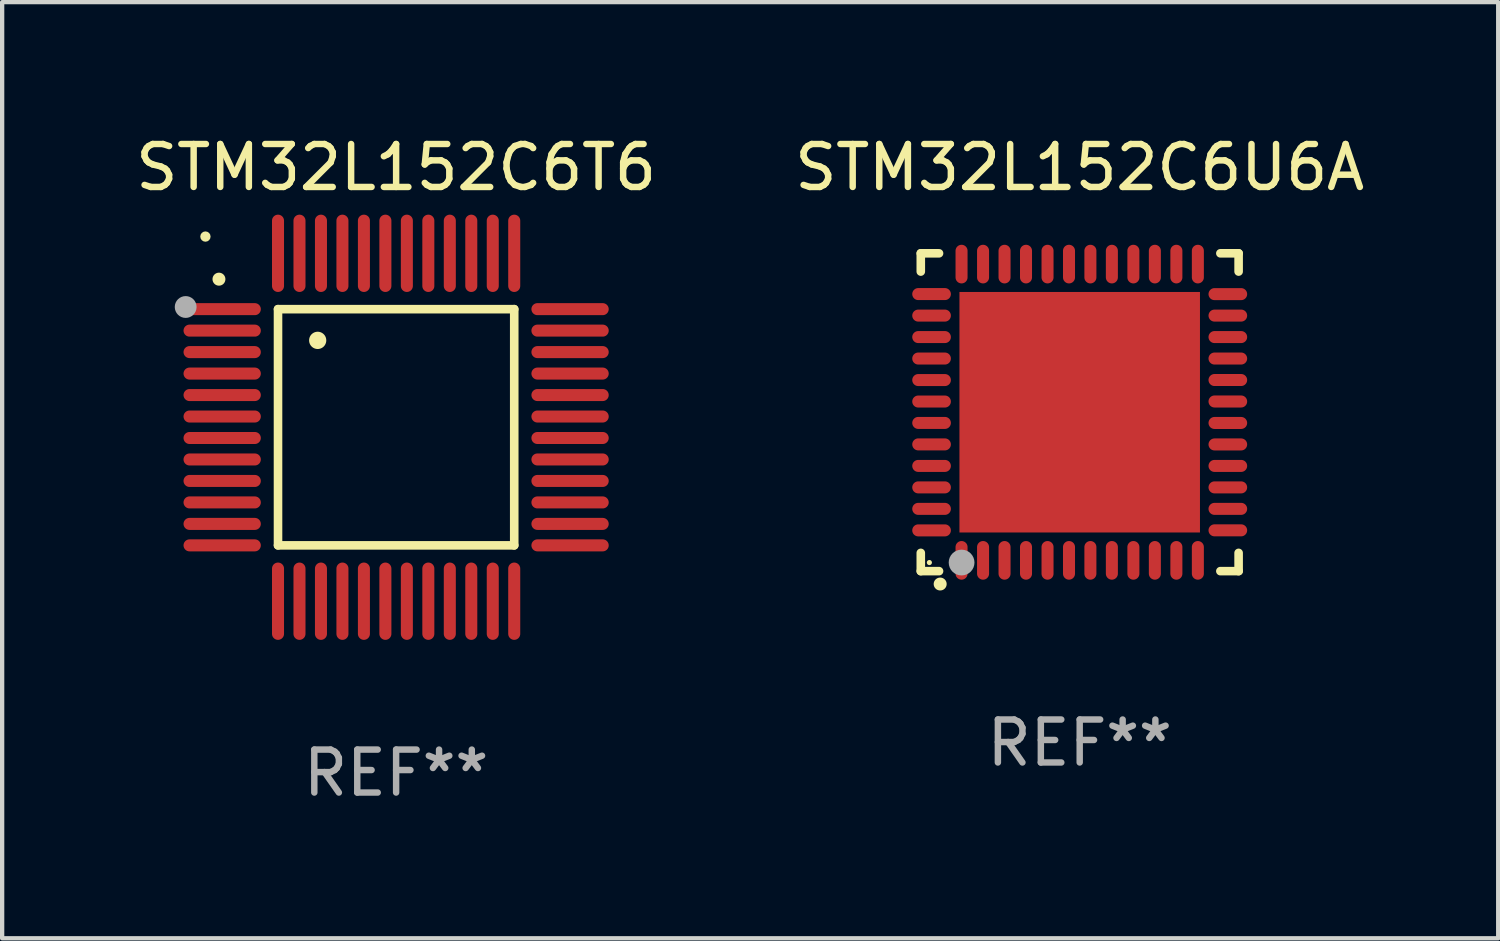
<source format=kicad_pcb>
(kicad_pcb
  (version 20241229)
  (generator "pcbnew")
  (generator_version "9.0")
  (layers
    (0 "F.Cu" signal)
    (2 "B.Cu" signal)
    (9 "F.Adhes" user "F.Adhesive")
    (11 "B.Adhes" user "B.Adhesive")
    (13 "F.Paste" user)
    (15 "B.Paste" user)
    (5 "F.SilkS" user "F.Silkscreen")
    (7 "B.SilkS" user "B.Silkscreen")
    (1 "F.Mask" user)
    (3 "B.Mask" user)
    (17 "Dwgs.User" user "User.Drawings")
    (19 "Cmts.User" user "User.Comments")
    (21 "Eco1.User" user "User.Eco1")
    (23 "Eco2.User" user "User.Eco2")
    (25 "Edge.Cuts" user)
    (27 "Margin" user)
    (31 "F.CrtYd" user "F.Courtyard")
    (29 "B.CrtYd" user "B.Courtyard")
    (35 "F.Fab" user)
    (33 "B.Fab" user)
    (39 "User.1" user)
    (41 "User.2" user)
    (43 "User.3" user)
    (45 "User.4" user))
  (footprint "STM32L152C6U6A"
    (layer "F.Cu")
    (at 22.089 6.548)
    (property "Reference" "STM32L152C6U6A" (at 0 -5.7 0) (layer "F.SilkS") (effects (font (size 1 1) (thickness 0.15))))
    (attr through_hole)
    (fp_line (start -3.7 -3.7) (end -3.275 -3.7) (stroke (width 0.2) (type solid)) (layer "F.SilkS"))
    (fp_line (start -3.7 -3.275) (end -3.7 -3.7) (stroke (width 0.2) (type solid)) (layer "F.SilkS"))
    (fp_line (start -3.7 3.7) (end -3.7 3.275) (stroke (width 0.2) (type solid)) (layer "F.SilkS"))
    (fp_line (start -3.275 3.7) (end -3.7 3.7) (stroke (width 0.2) (type solid)) (layer "F.SilkS"))
    (fp_line (start 3.7 -3.7) (end 3.275 -3.7) (stroke (width 0.2) (type solid)) (layer "F.SilkS"))
    (fp_line (start 3.7 -3.275) (end 3.7 -3.7) (stroke (width 0.2) (type solid)) (layer "F.SilkS"))
    (fp_line (start 3.7 3.275) (end 3.7 3.7) (stroke (width 0.2) (type solid)) (layer "F.SilkS"))
    (fp_line (start 3.7 3.7) (end 3.275 3.7) (stroke (width 0.2) (type solid)) (layer "F.SilkS"))
    (fp_arc (start -3.249936 3.999975) (mid -3.248666 3.99997) (end -3.247396 3.999975) (stroke (width 0.3) (type solid)) (layer "F.SilkS"))
    (fp_circle (center -3.5 3.5) (end -3.47 3.5) (stroke (width 0.06) (type solid)) (fill no) (layer "F.SilkS"))
    (fp_circle (center -2.75 3.5) (end -2.6 3.5) (stroke (width 0.3) (type solid)) (fill no) (layer "F.Fab"))
    (fp_text user "REF**" (at 0 7.7 0) (layer "F.Fab") (effects (font (size 1 1) (thickness 0.15))))
    (pad "1" smd oval (at -2.751 3.449) (size 0.28 0.9) (layers "F.Cu" "F.Mask" "F.Paste"))
    (pad "2" smd oval (at -2.25 3.449) (size 0.28 0.9) (layers "F.Cu" "F.Mask" "F.Paste"))
    (pad "3" smd oval (at -1.75 3.449) (size 0.28 0.9) (layers "F.Cu" "F.Mask" "F.Paste"))
    (pad "4" smd oval (at -1.25 3.449) (size 0.28 0.9) (layers "F.Cu" "F.Mask" "F.Paste"))
    (pad "5" smd oval (at -0.749 3.449) (size 0.28 0.9) (layers "F.Cu" "F.Mask" "F.Paste"))
    (pad "6" smd oval (at -0.249 3.449) (size 0.28 0.9) (layers "F.Cu" "F.Mask" "F.Paste"))
    (pad "7" smd oval (at 0.249 3.449) (size 0.28 0.9) (layers "F.Cu" "F.Mask" "F.Paste"))
    (pad "8" smd oval (at 0.749 3.449) (size 0.28 0.9) (layers "F.Cu" "F.Mask" "F.Paste"))
    (pad "9" smd oval (at 1.25 3.449) (size 0.28 0.9) (layers "F.Cu" "F.Mask" "F.Paste"))
    (pad "10" smd oval (at 1.75 3.449) (size 0.28 0.9) (layers "F.Cu" "F.Mask" "F.Paste"))
    (pad "11" smd oval (at 2.251 3.449) (size 0.28 0.9) (layers "F.Cu" "F.Mask" "F.Paste"))
    (pad "12" smd oval (at 2.751 3.449) (size 0.28 0.9) (layers "F.Cu" "F.Mask" "F.Paste"))
    (pad "13" smd oval (at 3.449 2.75) (size 0.9 0.28) (layers "F.Cu" "F.Mask" "F.Paste"))
    (pad "14" smd oval (at 3.449 2.25) (size 0.9 0.28) (layers "F.Cu" "F.Mask" "F.Paste"))
    (pad "15" smd oval (at 3.449 1.75) (size 0.9 0.28) (layers "F.Cu" "F.Mask" "F.Paste"))
    (pad "16" smd oval (at 3.449 1.25) (size 0.9 0.28) (layers "F.Cu" "F.Mask" "F.Paste"))
    (pad "17" smd oval (at 3.449 0.75) (size 0.9 0.28) (layers "F.Cu" "F.Mask" "F.Paste"))
    (pad "18" smd oval (at 3.449 0.25) (size 0.9 0.28) (layers "F.Cu" "F.Mask" "F.Paste"))
    (pad "19" smd oval (at 3.449 -0.25) (size 0.9 0.28) (layers "F.Cu" "F.Mask" "F.Paste"))
    (pad "20" smd oval (at 3.449 -0.75) (size 0.9 0.28) (layers "F.Cu" "F.Mask" "F.Paste"))
    (pad "21" smd oval (at 3.449 -1.25) (size 0.9 0.28) (layers "F.Cu" "F.Mask" "F.Paste"))
    (pad "22" smd oval (at 3.449 -1.75) (size 0.9 0.28) (layers "F.Cu" "F.Mask" "F.Paste"))
    (pad "23" smd oval (at 3.449 -2.25) (size 0.9 0.28) (layers "F.Cu" "F.Mask" "F.Paste"))
    (pad "24" smd oval (at 3.449 -2.75) (size 0.9 0.28) (layers "F.Cu" "F.Mask" "F.Paste"))
    (pad "25" smd oval (at 2.751 -3.449) (size 0.28 0.9) (layers "F.Cu" "F.Mask" "F.Paste"))
    (pad "26" smd oval (at 2.251 -3.449) (size 0.28 0.9) (layers "F.Cu" "F.Mask" "F.Paste"))
    (pad "27" smd oval (at 1.75 -3.449) (size 0.28 0.9) (layers "F.Cu" "F.Mask" "F.Paste"))
    (pad "28" smd oval (at 1.25 -3.449) (size 0.28 0.9) (layers "F.Cu" "F.Mask" "F.Paste"))
    (pad "29" smd oval (at 0.749 -3.449) (size 0.28 0.9) (layers "F.Cu" "F.Mask" "F.Paste"))
    (pad "30" smd oval (at 0.249 -3.449) (size 0.28 0.9) (layers "F.Cu" "F.Mask" "F.Paste"))
    (pad "31" smd oval (at -0.249 -3.449) (size 0.28 0.9) (layers "F.Cu" "F.Mask" "F.Paste"))
    (pad "32" smd oval (at -0.749 -3.449) (size 0.28 0.9) (layers "F.Cu" "F.Mask" "F.Paste"))
    (pad "33" smd oval (at -1.25 -3.449) (size 0.28 0.9) (layers "F.Cu" "F.Mask" "F.Paste"))
    (pad "34" smd oval (at -1.75 -3.449) (size 0.28 0.9) (layers "F.Cu" "F.Mask" "F.Paste"))
    (pad "35" smd oval (at -2.25 -3.449) (size 0.28 0.9) (layers "F.Cu" "F.Mask" "F.Paste"))
    (pad "36" smd oval (at -2.751 -3.449) (size 0.28 0.9) (layers "F.Cu" "F.Mask" "F.Paste"))
    (pad "37" smd oval (at -3.449 -2.751) (size 0.9 0.28) (layers "F.Cu" "F.Mask" "F.Paste"))
    (pad "38" smd oval (at -3.449 -2.25) (size 0.9 0.28) (layers "F.Cu" "F.Mask" "F.Paste"))
    (pad "39" smd oval (at -3.449 -1.75) (size 0.9 0.28) (layers "F.Cu" "F.Mask" "F.Paste"))
    (pad "40" smd oval (at -3.449 -1.25) (size 0.9 0.28) (layers "F.Cu" "F.Mask" "F.Paste"))
    (pad "41" smd oval (at -3.449 -0.749) (size 0.9 0.28) (layers "F.Cu" "F.Mask" "F.Paste"))
    (pad "42" smd oval (at -3.449 -0.249) (size 0.9 0.28) (layers "F.Cu" "F.Mask" "F.Paste"))
    (pad "43" smd oval (at -3.449 0.249) (size 0.9 0.28) (layers "F.Cu" "F.Mask" "F.Paste"))
    (pad "44" smd oval (at -3.449 0.749) (size 0.9 0.28) (layers "F.Cu" "F.Mask" "F.Paste"))
    (pad "45" smd oval (at -3.449 1.25) (size 0.9 0.28) (layers "F.Cu" "F.Mask" "F.Paste"))
    (pad "46" smd oval (at -3.449 1.75) (size 0.9 0.28) (layers "F.Cu" "F.Mask" "F.Paste"))
    (pad "47" smd oval (at -3.449 2.25) (size 0.9 0.28) (layers "F.Cu" "F.Mask" "F.Paste"))
    (pad "48" smd oval (at -3.449 2.751) (size 0.9 0.28) (layers "F.Cu" "F.Mask" "F.Paste"))
    (pad "49" smd rect (at 0.000076 -0.000025) (size 5.6 5.6) (layers "F.Cu" "F.Mask" "F.Paste")))
  (footprint "STM32L152C6T6"
    (layer "F.Cu")
    (at 6.173 6.898)
    (property "Reference" "STM32L152C6T6" (at 0 -6.05 0) (layer "F.SilkS") (effects (font (size 1 1) (thickness 0.15))))
    (attr through_hole)
    (fp_line (start -2.75 -2.75) (end 2.75 -2.75) (stroke (width 0.2) (type solid)) (layer "F.SilkS"))
    (fp_line (start -2.75 2.75) (end -2.75 -2.75) (stroke (width 0.2) (type solid)) (layer "F.SilkS"))
    (fp_line (start 2.75 -2.75) (end 2.75 2.75) (stroke (width 0.2) (type solid)) (layer "F.SilkS"))
    (fp_line (start 2.75 2.75) (end -2.75 2.75) (stroke (width 0.2) (type solid)) (layer "F.SilkS"))
    (fp_arc (start -4.124968 -3.446787) (mid -4.124973 -3.448057) (end -4.124968 -3.449327) (stroke (width 0.3) (type solid)) (layer "F.SilkS"))
    (fp_arc (start -1.826264 -2.021844) (mid -1.826268 -2.023114) (end -1.826264 -2.024384) (stroke (width 0.4) (type solid)) (layer "F.SilkS"))
    (fp_circle (center -4.44 -4.44) (end -4.38 -4.44) (stroke (width 0.12) (type solid)) (fill no) (layer "F.SilkS"))
    (fp_circle (center -4.9 -2.8) (end -4.773 -2.8) (stroke (width 0.254) (type solid)) (fill no) (layer "F.Fab"))
    (fp_text user "REF**" (at 0 8.05 0) (layer "F.Fab") (effects (font (size 1 1) (thickness 0.15))))
    (pad "1" smd oval (at -4.05 -2.75 90) (size 0.28 1.8) (layers "F.Cu" "F.Mask" "F.Paste"))
    (pad "2" smd oval (at -4.05 -2.25 90) (size 0.28 1.8) (layers "F.Cu" "F.Mask" "F.Paste"))
    (pad "3" smd oval (at -4.05 -1.75 90) (size 0.28 1.8) (layers "F.Cu" "F.Mask" "F.Paste"))
    (pad "4" smd oval (at -4.05 -1.25 90) (size 0.28 1.8) (layers "F.Cu" "F.Mask" "F.Paste"))
    (pad "5" smd oval (at -4.05 -0.75 90) (size 0.28 1.8) (layers "F.Cu" "F.Mask" "F.Paste"))
    (pad "6" smd oval (at -4.05 -0.25 90) (size 0.28 1.8) (layers "F.Cu" "F.Mask" "F.Paste"))
    (pad "7" smd oval (at -4.05 0.25 90) (size 0.28 1.8) (layers "F.Cu" "F.Mask" "F.Paste"))
    (pad "8" smd oval (at -4.05 0.75 90) (size 0.28 1.8) (layers "F.Cu" "F.Mask" "F.Paste"))
    (pad "9" smd oval (at -4.05 1.25 90) (size 0.28 1.8) (layers "F.Cu" "F.Mask" "F.Paste"))
    (pad "10" smd oval (at -4.05 1.75 90) (size 0.28 1.8) (layers "F.Cu" "F.Mask" "F.Paste"))
    (pad "11" smd oval (at -4.05 2.25 90) (size 0.28 1.8) (layers "F.Cu" "F.Mask" "F.Paste"))
    (pad "12" smd oval (at -4.05 2.75 90) (size 0.28 1.8) (layers "F.Cu" "F.Mask" "F.Paste"))
    (pad "13" smd oval (at -2.75 4.05) (size 0.28 1.8) (layers "F.Cu" "F.Mask" "F.Paste"))
    (pad "14" smd oval (at -2.25 4.05) (size 0.28 1.8) (layers "F.Cu" "F.Mask" "F.Paste"))
    (pad "15" smd oval (at -1.75 4.05) (size 0.28 1.8) (layers "F.Cu" "F.Mask" "F.Paste"))
    (pad "16" smd oval (at -1.25 4.05) (size 0.28 1.8) (layers "F.Cu" "F.Mask" "F.Paste"))
    (pad "17" smd oval (at -0.75 4.05) (size 0.28 1.8) (layers "F.Cu" "F.Mask" "F.Paste"))
    (pad "18" smd oval (at -0.25 4.05) (size 0.28 1.8) (layers "F.Cu" "F.Mask" "F.Paste"))
    (pad "19" smd oval (at 0.25 4.05) (size 0.28 1.8) (layers "F.Cu" "F.Mask" "F.Paste"))
    (pad "20" smd oval (at 0.75 4.05) (size 0.28 1.8) (layers "F.Cu" "F.Mask" "F.Paste"))
    (pad "21" smd oval (at 1.25 4.05) (size 0.28 1.8) (layers "F.Cu" "F.Mask" "F.Paste"))
    (pad "22" smd oval (at 1.75 4.05) (size 0.28 1.8) (layers "F.Cu" "F.Mask" "F.Paste"))
    (pad "23" smd oval (at 2.25 4.05) (size 0.28 1.8) (layers "F.Cu" "F.Mask" "F.Paste"))
    (pad "24" smd oval (at 2.75 4.05) (size 0.28 1.8) (layers "F.Cu" "F.Mask" "F.Paste"))
    (pad "25" smd oval (at 4.05 2.75 90) (size 0.28 1.8) (layers "F.Cu" "F.Mask" "F.Paste"))
    (pad "26" smd oval (at 4.05 2.25 90) (size 0.28 1.8) (layers "F.Cu" "F.Mask" "F.Paste"))
    (pad "27" smd oval (at 4.05 1.75 90) (size 0.28 1.8) (layers "F.Cu" "F.Mask" "F.Paste"))
    (pad "28" smd oval (at 4.05 1.25 90) (size 0.28 1.8) (layers "F.Cu" "F.Mask" "F.Paste"))
    (pad "29" smd oval (at 4.05 0.75 90) (size 0.28 1.8) (layers "F.Cu" "F.Mask" "F.Paste"))
    (pad "30" smd oval (at 4.05 0.25 90) (size 0.28 1.8) (layers "F.Cu" "F.Mask" "F.Paste"))
    (pad "31" smd oval (at 4.05 -0.25 90) (size 0.28 1.8) (layers "F.Cu" "F.Mask" "F.Paste"))
    (pad "32" smd oval (at 4.05 -0.75 90) (size 0.28 1.8) (layers "F.Cu" "F.Mask" "F.Paste"))
    (pad "33" smd oval (at 4.05 -1.25 90) (size 0.28 1.8) (layers "F.Cu" "F.Mask" "F.Paste"))
    (pad "34" smd oval (at 4.05 -1.75 90) (size 0.28 1.8) (layers "F.Cu" "F.Mask" "F.Paste"))
    (pad "35" smd oval (at 4.05 -2.25 90) (size 0.28 1.8) (layers "F.Cu" "F.Mask" "F.Paste"))
    (pad "36" smd oval (at 4.05 -2.75 90) (size 0.28 1.8) (layers "F.Cu" "F.Mask" "F.Paste"))
    (pad "37" smd oval (at 2.75 -4.05) (size 0.28 1.8) (layers "F.Cu" "F.Mask" "F.Paste"))
    (pad "38" smd oval (at 2.25 -4.05) (size 0.28 1.8) (layers "F.Cu" "F.Mask" "F.Paste"))
    (pad "39" smd oval (at 1.75 -4.05) (size 0.28 1.8) (layers "F.Cu" "F.Mask" "F.Paste"))
    (pad "40" smd oval (at 1.25 -4.05) (size 0.28 1.8) (layers "F.Cu" "F.Mask" "F.Paste"))
    (pad "41" smd oval (at 0.75 -4.05) (size 0.28 1.8) (layers "F.Cu" "F.Mask" "F.Paste"))
    (pad "42" smd oval (at 0.25 -4.05) (size 0.28 1.8) (layers "F.Cu" "F.Mask" "F.Paste"))
    (pad "43" smd oval (at -0.25 -4.05) (size 0.28 1.8) (layers "F.Cu" "F.Mask" "F.Paste"))
    (pad "44" smd oval (at -0.75 -4.05) (size 0.28 1.8) (layers "F.Cu" "F.Mask" "F.Paste"))
    (pad "45" smd oval (at -1.25 -4.05) (size 0.28 1.8) (layers "F.Cu" "F.Mask" "F.Paste"))
    (pad "46" smd oval (at -1.75 -4.05) (size 0.28 1.8) (layers "F.Cu" "F.Mask" "F.Paste"))
    (pad "47" smd oval (at -2.25 -4.05) (size 0.28 1.8) (layers "F.Cu" "F.Mask" "F.Paste"))
    (pad "48" smd oval (at -2.75 -4.05) (size 0.28 1.8) (layers "F.Cu" "F.Mask" "F.Paste")))
  (gr_rect
    (start -3 -3)
    (end 31.833 18.797)
    (stroke (width 0.1) (type default))
    (fill no)
    (layer "Edge.Cuts")))
</source>
